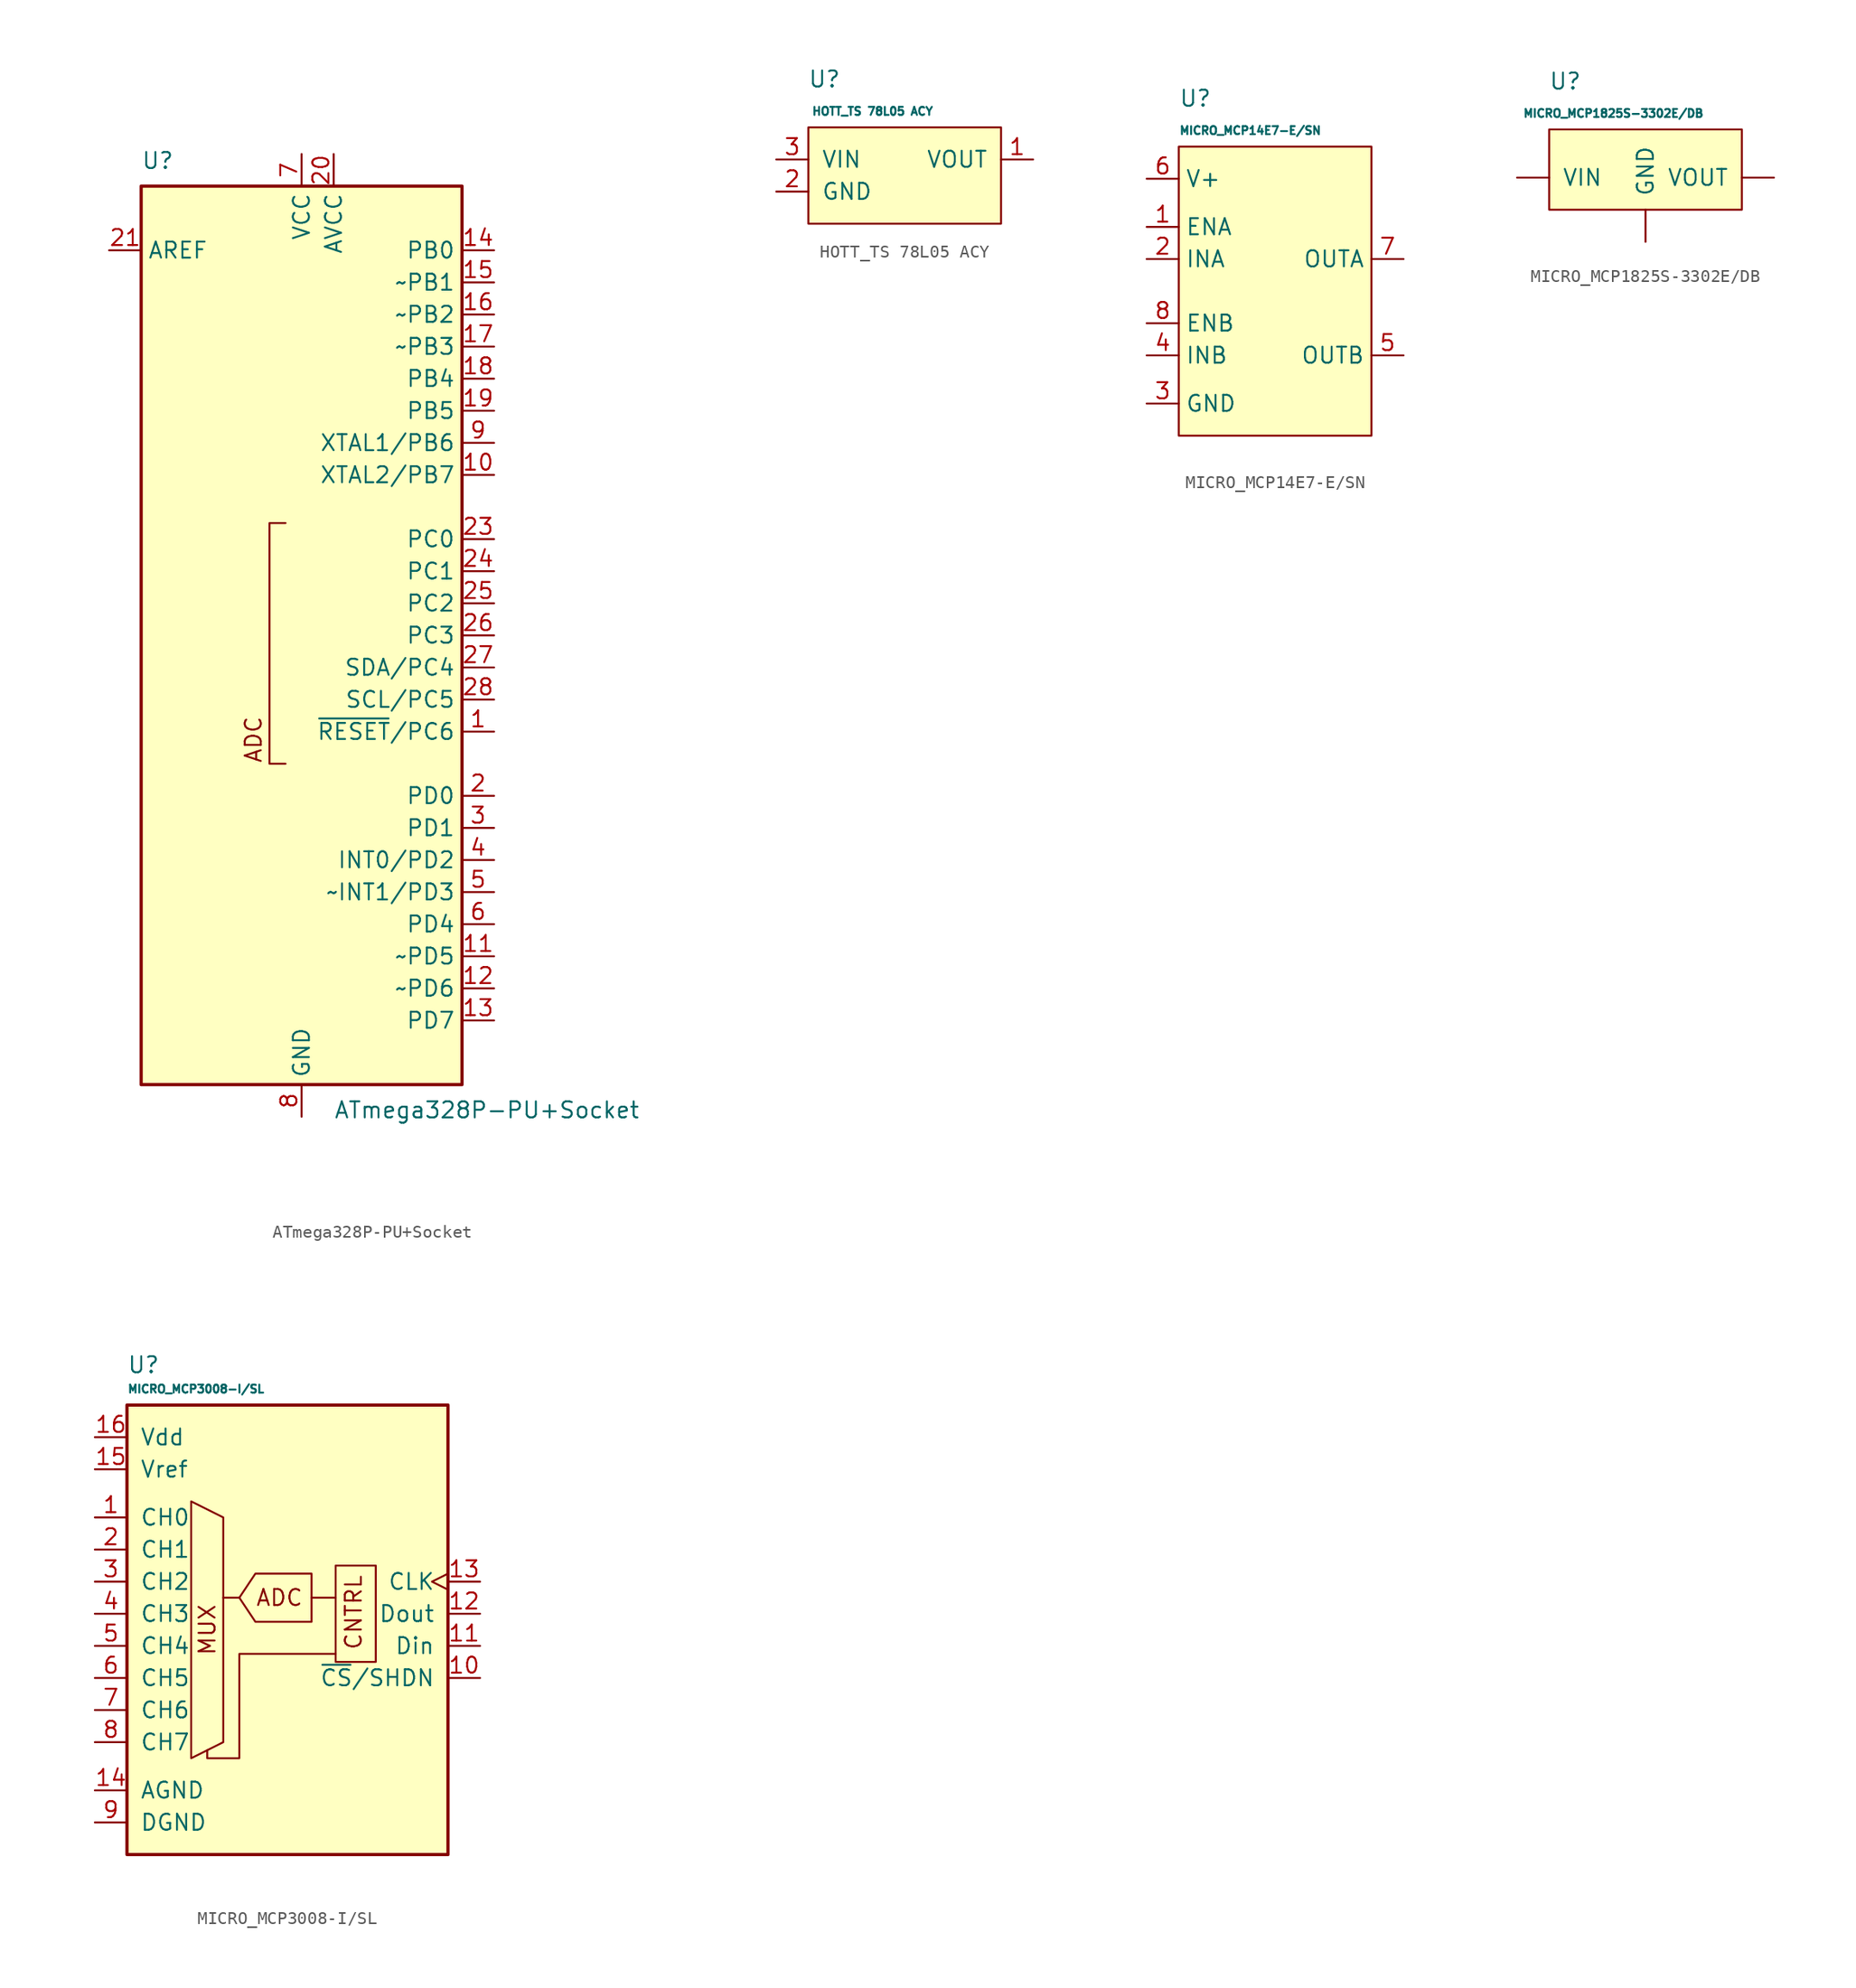
<source format=kicad_sym>
(kicad_symbol_lib
  (version 20231120)
  (generator "kicad_symbol_editor")
  (generator_version "8.0")
  (symbol "ATmega328P-PU+Socket"
    (property "Reference" "U"
      (at -12.7 36.83 0)
      (effects (font (size 1.27 1.27)) (justify left bottom)))
    (property "Value" "ATmega328P-PU+Socket"
      (at 2.54 -36.83 0)
      (effects (font (size 1.27 1.27)) (justify left top)))
    (symbol "ATmega328P-PU+Socket_0_0"
      (text "ADC" (at -3.81 -10.16 900) (effects (font (size 1.27 1.27)) (justify left))))
    (symbol "ATmega328P-PU+Socket_0_1"
      (rectangle (start -12.7 -35.56) (end 12.7 35.56) (stroke (width 0.254) (type default)) (fill (type background)))
      (polyline (pts (xy -1.27 -10.16) (xy -2.54 -10.16) (xy -2.54 8.89) (xy -1.27 8.89)) (stroke (width 0) (type default)) (fill (type none))))
    (symbol "ATmega328P-PU+Socket_1_1"
      (pin bidirectional line (at 15.24 -7.62 180) (length 2.54) (name "~{RESET}/PC6" (effects (font (size 1.27 1.27)))) (number "1" (effects (font (size 1.27 1.27)))))
      (pin bidirectional line (at 15.24 12.7 180) (length 2.54) (name "XTAL2/PB7" (effects (font (size 1.27 1.27)))) (number "10" (effects (font (size 1.27 1.27)))))
      (pin bidirectional line (at 15.24 -25.4 180) (length 2.54) (name "~PD5" (effects (font (size 1.27 1.27)))) (number "11" (effects (font (size 1.27 1.27)))))
      (pin bidirectional line (at 15.24 -27.94 180) (length 2.54) (name "~PD6" (effects (font (size 1.27 1.27)))) (number "12" (effects (font (size 1.27 1.27)))))
      (pin bidirectional line (at 15.24 -30.48 180) (length 2.54) (name "PD7" (effects (font (size 1.27 1.27)))) (number "13" (effects (font (size 1.27 1.27)))))
      (pin bidirectional line (at 15.24 30.48 180) (length 2.54) (name "PB0" (effects (font (size 1.27 1.27)))) (number "14" (effects (font (size 1.27 1.27)))))
      (pin bidirectional line (at 15.24 27.94 180) (length 2.54) (name "~PB1" (effects (font (size 1.27 1.27)))) (number "15" (effects (font (size 1.27 1.27)))))
      (pin bidirectional line (at 15.24 25.4 180) (length 2.54) (name "~PB2" (effects (font (size 1.27 1.27)))) (number "16" (effects (font (size 1.27 1.27)))))
      (pin bidirectional line (at 15.24 22.86 180) (length 2.54) (name "~PB3" (effects (font (size 1.27 1.27)))) (number "17" (effects (font (size 1.27 1.27)))))
      (pin bidirectional line (at 15.24 20.32 180) (length 2.54) (name "PB4" (effects (font (size 1.27 1.27)))) (number "18" (effects (font (size 1.27 1.27)))))
      (pin bidirectional line (at 15.24 17.78 180) (length 2.54) (name "PB5" (effects (font (size 1.27 1.27)))) (number "19" (effects (font (size 1.27 1.27)))))
      (pin bidirectional line (at 15.24 -12.7 180) (length 2.54) (name "PD0" (effects (font (size 1.27 1.27)))) (number "2" (effects (font (size 1.27 1.27)))))
      (pin power_in line (at 2.54 38.1 270) (length 2.54) (name "AVCC" (effects (font (size 1.27 1.27)))) (number "20" (effects (font (size 1.27 1.27)))))
      (pin passive line (at -15.24 30.48 0) (length 2.54) (name "AREF" (effects (font (size 1.27 1.27)))) (number "21" (effects (font (size 1.27 1.27)))))
      (pin passive line (at 0 -38.1 90) (length 2.54) hide (name "GND" (effects (font (size 1.27 1.27)))) (number "22" (effects (font (size 1.27 1.27)))))
      (pin bidirectional line (at 15.24 7.62 180) (length 2.54) (name "PC0" (effects (font (size 1.27 1.27)))) (number "23" (effects (font (size 1.27 1.27)))))
      (pin bidirectional line (at 15.24 5.08 180) (length 2.54) (name "PC1" (effects (font (size 1.27 1.27)))) (number "24" (effects (font (size 1.27 1.27)))))
      (pin bidirectional line (at 15.24 2.54 180) (length 2.54) (name "PC2" (effects (font (size 1.27 1.27)))) (number "25" (effects (font (size 1.27 1.27)))))
      (pin bidirectional line (at 15.24 0 180) (length 2.54) (name "PC3" (effects (font (size 1.27 1.27)))) (number "26" (effects (font (size 1.27 1.27)))))
      (pin bidirectional line (at 15.24 -2.54 180) (length 2.54) (name "SDA/PC4" (effects (font (size 1.27 1.27)))) (number "27" (effects (font (size 1.27 1.27)))))
      (pin bidirectional line (at 15.24 -5.08 180) (length 2.54) (name "SCL/PC5" (effects (font (size 1.27 1.27)))) (number "28" (effects (font (size 1.27 1.27)))))
      (pin bidirectional line (at 15.24 -15.24 180) (length 2.54) (name "PD1" (effects (font (size 1.27 1.27)))) (number "3" (effects (font (size 1.27 1.27)))))
      (pin bidirectional line (at 15.24 -17.78 180) (length 2.54) (name "INT0/PD2" (effects (font (size 1.27 1.27)))) (number "4" (effects (font (size 1.27 1.27)))))
      (pin bidirectional line (at 15.24 -20.32 180) (length 2.54) (name "~INT1/PD3" (effects (font (size 1.27 1.27)))) (number "5" (effects (font (size 1.27 1.27)))))
      (pin bidirectional line (at 15.24 -22.86 180) (length 2.54) (name "PD4" (effects (font (size 1.27 1.27)))) (number "6" (effects (font (size 1.27 1.27)))))
      (pin power_in line (at 0 38.1 270) (length 2.54) (name "VCC" (effects (font (size 1.27 1.27)))) (number "7" (effects (font (size 1.27 1.27)))))
      (pin power_in line (at 0 -38.1 90) (length 2.54) (name "GND" (effects (font (size 1.27 1.27)))) (number "8" (effects (font (size 1.27 1.27)))))
      (pin bidirectional line (at 15.24 15.24 180) (length 2.54) (name "XTAL1/PB6" (effects (font (size 1.27 1.27)))) (number "9" (effects (font (size 1.27 1.27)))))))
  (symbol "HOTT_TS 78L05 ACY"
    (pin_names
      (offset 1.016))
    (property "Reference" "U"
      (at -6.35 7.62 0)
      (effects (font (size 1.27 1.27))))
    (property "Value" "HOTT_TS 78L05 ACY"
      (at -2.54 5.08 0)
      (effects (font (size 0.635 0.635))))
    (symbol "HOTT_TS 78L05 ACY_0_1"
      (rectangle (start -7.62 3.81) (end 7.62 -3.81) (stroke (width 0) (type default)) (fill (type background))))
    (symbol "HOTT_TS 78L05 ACY_1_1"
      (pin power_out line (at 10.16 1.27 180) (length 2.54) (name "VOUT" (effects (font (size 1.27 1.27)))) (number "1" (effects (font (size 1.27 1.27)))))
      (pin power_in line (at -10.16 -1.27 0) (length 2.54) (name "GND" (effects (font (size 1.27 1.27)))) (number "2" (effects (font (size 1.27 1.27)))))
      (pin power_in line (at -10.16 1.27 0) (length 2.54) (name "VIN" (effects (font (size 1.27 1.27)))) (number "3" (effects (font (size 1.27 1.27)))))))
  (symbol "MICRO_MCP14E7-E/SN"
    (property "Reference" "U"
      (at -7.62 17.78 0)
      (effects (font (size 1.27 1.27)) (justify left)))
    (property "Value" "MICRO_MCP14E7-E/SN"
      (at -7.62 15.24 0)
      (effects (font (size 0.635 0.635)) (justify left)))
    (symbol "MICRO_MCP14E7-E/SN_1_1"
      (rectangle (start -7.62 13.97) (end 7.62 -8.89) (stroke (width 0) (type default)) (fill (type background)))
      (pin input line (at -10.16 7.62 0) (length 2.54) (name "ENA" (effects (font (size 1.27 1.27)))) (number "1" (effects (font (size 1.27 1.27)))))
      (pin input line (at -10.16 5.08 0) (length 2.54) (name "INA" (effects (font (size 1.27 1.27)))) (number "2" (effects (font (size 1.27 1.27)))))
      (pin power_in line (at -10.16 -6.35 0) (length 2.54) (name "GND" (effects (font (size 1.27 1.27)))) (number "3" (effects (font (size 1.27 1.27)))))
      (pin input line (at -10.16 -2.54 0) (length 2.54) (name "INB" (effects (font (size 1.27 1.27)))) (number "4" (effects (font (size 1.27 1.27)))))
      (pin output line (at 10.16 -2.54 180) (length 2.54) (name "OUTB" (effects (font (size 1.27 1.27)))) (number "5" (effects (font (size 1.27 1.27)))))
      (pin power_in line (at -10.16 11.43 0) (length 2.54) (name "V+" (effects (font (size 1.27 1.27)))) (number "6" (effects (font (size 1.27 1.27)))))
      (pin output line (at 10.16 5.08 180) (length 2.54) (name "OUTA" (effects (font (size 1.27 1.27)))) (number "7" (effects (font (size 1.27 1.27)))))
      (pin input line (at -10.16 0 0) (length 2.54) (name "ENB" (effects (font (size 1.27 1.27)))) (number "8" (effects (font (size 1.27 1.27)))))))
  (symbol "MICRO_MCP1825S-3302E/DB"
    (pin_numbers hide)
    (pin_names
      (offset 1.016))
    (property "Reference" "U"
      (at -6.35 7.62 0)
      (effects (font (size 1.27 1.27))))
    (property "Value" "MICRO_MCP1825S-3302E/DB"
      (at -2.54 5.08 0)
      (effects (font (size 0.635 0.635))))
    (symbol "MICRO_MCP1825S-3302E/DB_0_1"
      (rectangle (start -7.62 3.81) (end 7.62 -2.54) (stroke (width 0) (type default)) (fill (type background))))
    (symbol "MICRO_MCP1825S-3302E/DB_1_1"
      (pin power_in line (at -10.16 0 0) (length 2.54) (name "VIN" (effects (font (size 1.27 1.27)))) (number "1" (effects (font (size 1.27 1.27)))))
      (pin power_in line (at 0 -5.08 90) (length 2.54) (name "GND" (effects (font (size 1.27 1.27)))) (number "2" (effects (font (size 1.27 1.27)))))
      (pin power_out line (at 10.16 0 180) (length 2.54) (name "VOUT" (effects (font (size 1.27 1.27)))) (number "3" (effects (font (size 1.27 1.27)))))))
  (symbol "MICRO_MCP3008-I/SL"
    (pin_names
      (offset 1.016))
    (property "Reference" "U"
      (at -12.7 19.685 0)
      (effects (font (size 1.27 1.27)) (justify left)))
    (property "Value" "MICRO_MCP3008-I/SL"
      (at -12.7 17.78 0)
      (effects (font (size 0.635 0.635)) (justify left)))
    (symbol "MICRO_MCP3008-I/SL_0_0"
      (text "ADC" (at -0.635 1.27 0) (effects (font (size 1.27 1.27))))
      (text "CNTRL" (at 5.969 -2.921 900) (effects (font (size 1.27 1.27)) (justify left bottom)))
      (text "MUX" (at -6.35 -1.27 900) (effects (font (size 1.27 1.27)))))
    (symbol "MICRO_MCP3008-I/SL_0_1"
      (rectangle (start -12.7 16.51) (end 12.7 -19.05) (stroke (width 0.254) (type default)) (fill (type background)))
      (polyline (pts (xy -3.81 1.27) (xy -5.08 1.27)) (stroke (width 0) (type default)) (fill (type none)))
      (polyline (pts (xy 1.905 1.27) (xy 3.81 1.27)) (stroke (width 0) (type default)) (fill (type none)))
      (polyline (pts (xy -7.62 8.89) (xy -7.62 -11.43) (xy -5.08 -10.16) (xy -5.08 7.62) (xy -7.62 8.89)) (stroke (width 0) (type default)) (fill (type none)))
      (polyline (pts (xy 3.81 -3.175) (xy -3.81 -3.175) (xy -3.81 -11.43) (xy -6.35 -11.43) (xy -6.35 -10.795)) (stroke (width 0) (type default)) (fill (type none)))
      (polyline (pts (xy 1.905 3.175) (xy 1.905 -0.635) (xy -2.54 -0.635) (xy -3.81 1.27) (xy -2.54 3.175) (xy 1.905 3.175)) (stroke (width 0) (type default)) (fill (type none)))
      (rectangle (start 3.81 -3.81) (end 6.985 3.81) (stroke (width 0) (type default)) (fill (type none))))
    (symbol "MICRO_MCP3008-I/SL_1_1"
      (pin input line (at -15.24 7.62 0) (length 2.54) (name "CH0" (effects (font (size 1.27 1.27)))) (number "1" (effects (font (size 1.27 1.27)))))
      (pin input line (at 15.24 -5.08 180) (length 2.54) (name "~{CS}/SHDN" (effects (font (size 1.27 1.27)))) (number "10" (effects (font (size 1.27 1.27)))))
      (pin input line (at 15.24 -2.54 180) (length 2.54) (name "Din" (effects (font (size 1.27 1.27)))) (number "11" (effects (font (size 1.27 1.27)))))
      (pin output line (at 15.24 0 180) (length 2.54) (name "Dout" (effects (font (size 1.27 1.27)))) (number "12" (effects (font (size 1.27 1.27)))))
      (pin input clock (at 15.24 2.54 180) (length 2.54) (name "CLK" (effects (font (size 1.27 1.27)))) (number "13" (effects (font (size 1.27 1.27)))))
      (pin power_in line (at -15.24 -13.97 0) (length 2.54) (name "AGND" (effects (font (size 1.27 1.27)))) (number "14" (effects (font (size 1.27 1.27)))))
      (pin power_in line (at -15.24 11.43 0) (length 2.54) (name "Vref" (effects (font (size 1.27 1.27)))) (number "15" (effects (font (size 1.27 1.27)))))
      (pin power_in line (at -15.24 13.97 0) (length 2.54) (name "Vdd" (effects (font (size 1.27 1.27)))) (number "16" (effects (font (size 1.27 1.27)))))
      (pin input line (at -15.24 5.08 0) (length 2.54) (name "CH1" (effects (font (size 1.27 1.27)))) (number "2" (effects (font (size 1.27 1.27)))))
      (pin input line (at -15.24 2.54 0) (length 2.54) (name "CH2" (effects (font (size 1.27 1.27)))) (number "3" (effects (font (size 1.27 1.27)))))
      (pin input line (at -15.24 0 0) (length 2.54) (name "CH3" (effects (font (size 1.27 1.27)))) (number "4" (effects (font (size 1.27 1.27)))))
      (pin input line (at -15.24 -2.54 0) (length 2.54) (name "CH4" (effects (font (size 1.27 1.27)))) (number "5" (effects (font (size 1.27 1.27)))))
      (pin input line (at -15.24 -5.08 0) (length 2.54) (name "CH5" (effects (font (size 1.27 1.27)))) (number "6" (effects (font (size 1.27 1.27)))))
      (pin input line (at -15.24 -7.62 0) (length 2.54) (name "CH6" (effects (font (size 1.27 1.27)))) (number "7" (effects (font (size 1.27 1.27)))))
      (pin input line (at -15.24 -10.16 0) (length 2.54) (name "CH7" (effects (font (size 1.27 1.27)))) (number "8" (effects (font (size 1.27 1.27)))))
      (pin power_in line (at -15.24 -16.51 0) (length 2.54) (name "DGND" (effects (font (size 1.27 1.27)))) (number "9" (effects (font (size 1.27 1.27))))))))
</source>
